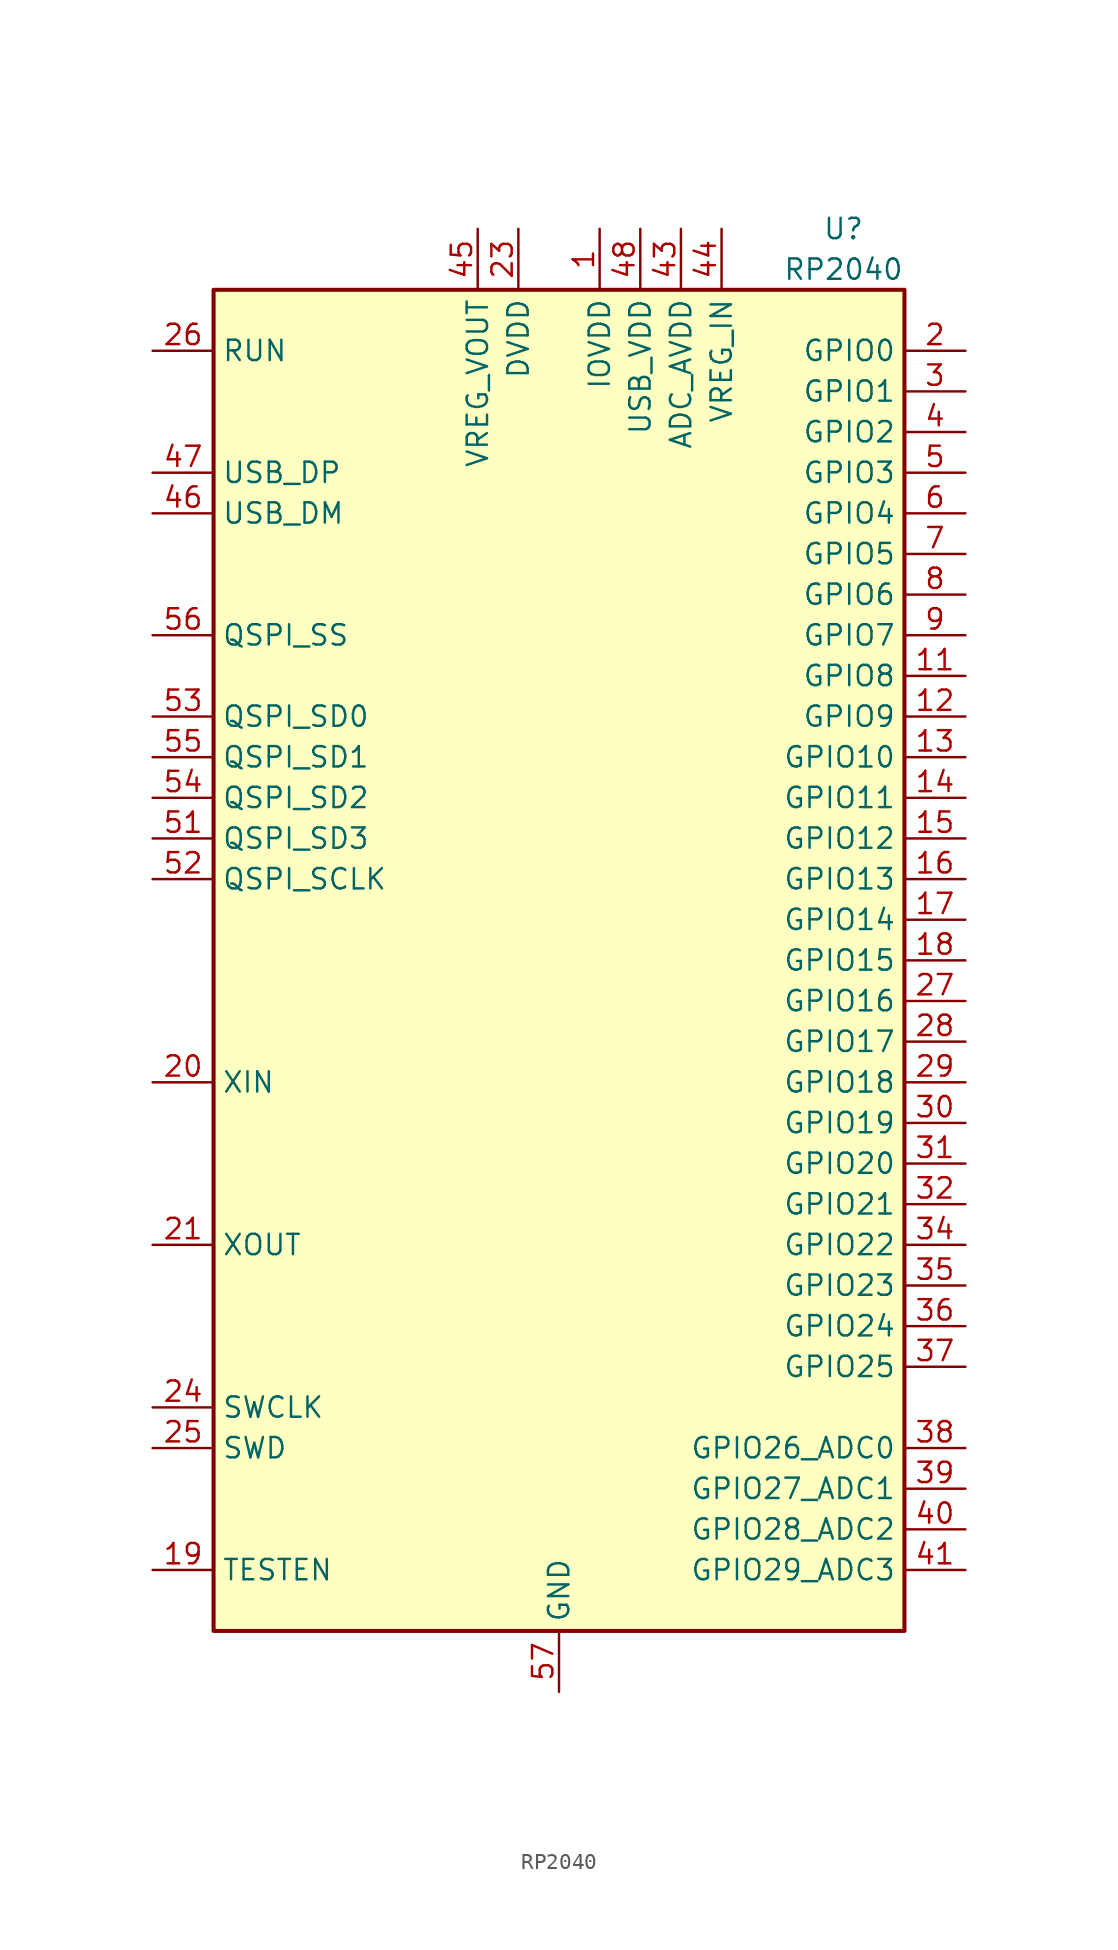
<source format=kicad_sym>
(kicad_symbol_lib
  (version 20211014)
  (generator kicad_symbol_editor)
  (symbol "RP2040"
    (property "Reference" "U"
      (at 17.78 45.72 0)
      (effects (font (size 1.27 1.27))))
    (property "Value" "RP2040"
      (at 17.78 43.18 0)
      (effects (font (size 1.27 1.27))))
    (symbol "RP2040_0_1"
      (rectangle (start -21.59 41.91) (end 21.59 -41.91) (stroke (width 0.254) (type default) (color 0 0 0 0)) (fill (type background))))
    (symbol "RP2040_1_1"
      (pin power_in line (at 2.54 45.72 270) (length 3.81) (name "IOVDD" (effects (font (size 1.27 1.27)))) (number "1" (effects (font (size 1.27 1.27)))))
      (pin passive line (at 2.54 45.72 270) (length 3.81) hide (name "IOVDD" (effects (font (size 1.27 1.27)))) (number "10" (effects (font (size 1.27 1.27)))))
      (pin bidirectional line (at 25.4 17.78 180) (length 3.81) (name "GPIO8" (effects (font (size 1.27 1.27)))) (number "11" (effects (font (size 1.27 1.27)))))
      (pin bidirectional line (at 25.4 15.24 180) (length 3.81) (name "GPIO9" (effects (font (size 1.27 1.27)))) (number "12" (effects (font (size 1.27 1.27)))))
      (pin bidirectional line (at 25.4 12.7 180) (length 3.81) (name "GPIO10" (effects (font (size 1.27 1.27)))) (number "13" (effects (font (size 1.27 1.27)))))
      (pin bidirectional line (at 25.4 10.16 180) (length 3.81) (name "GPIO11" (effects (font (size 1.27 1.27)))) (number "14" (effects (font (size 1.27 1.27)))))
      (pin bidirectional line (at 25.4 7.62 180) (length 3.81) (name "GPIO12" (effects (font (size 1.27 1.27)))) (number "15" (effects (font (size 1.27 1.27)))))
      (pin bidirectional line (at 25.4 5.08 180) (length 3.81) (name "GPIO13" (effects (font (size 1.27 1.27)))) (number "16" (effects (font (size 1.27 1.27)))))
      (pin bidirectional line (at 25.4 2.54 180) (length 3.81) (name "GPIO14" (effects (font (size 1.27 1.27)))) (number "17" (effects (font (size 1.27 1.27)))))
      (pin bidirectional line (at 25.4 0 180) (length 3.81) (name "GPIO15" (effects (font (size 1.27 1.27)))) (number "18" (effects (font (size 1.27 1.27)))))
      (pin input line (at -25.4 -38.1 0) (length 3.81) (name "TESTEN" (effects (font (size 1.27 1.27)))) (number "19" (effects (font (size 1.27 1.27)))))
      (pin bidirectional line (at 25.4 38.1 180) (length 3.81) (name "GPIO0" (effects (font (size 1.27 1.27)))) (number "2" (effects (font (size 1.27 1.27)))))
      (pin input line (at -25.4 -7.62 0) (length 3.81) (name "XIN" (effects (font (size 1.27 1.27)))) (number "20" (effects (font (size 1.27 1.27)))))
      (pin passive line (at -25.4 -17.78 0) (length 3.81) (name "XOUT" (effects (font (size 1.27 1.27)))) (number "21" (effects (font (size 1.27 1.27)))))
      (pin passive line (at 2.54 45.72 270) (length 3.81) hide (name "IOVDD" (effects (font (size 1.27 1.27)))) (number "22" (effects (font (size 1.27 1.27)))))
      (pin power_in line (at -2.54 45.72 270) (length 3.81) (name "DVDD" (effects (font (size 1.27 1.27)))) (number "23" (effects (font (size 1.27 1.27)))))
      (pin output line (at -25.4 -27.94 0) (length 3.81) (name "SWCLK" (effects (font (size 1.27 1.27)))) (number "24" (effects (font (size 1.27 1.27)))))
      (pin bidirectional line (at -25.4 -30.48 0) (length 3.81) (name "SWD" (effects (font (size 1.27 1.27)))) (number "25" (effects (font (size 1.27 1.27)))))
      (pin input line (at -25.4 38.1 0) (length 3.81) (name "RUN" (effects (font (size 1.27 1.27)))) (number "26" (effects (font (size 1.27 1.27)))))
      (pin bidirectional line (at 25.4 -2.54 180) (length 3.81) (name "GPIO16" (effects (font (size 1.27 1.27)))) (number "27" (effects (font (size 1.27 1.27)))))
      (pin bidirectional line (at 25.4 -5.08 180) (length 3.81) (name "GPIO17" (effects (font (size 1.27 1.27)))) (number "28" (effects (font (size 1.27 1.27)))))
      (pin bidirectional line (at 25.4 -7.62 180) (length 3.81) (name "GPIO18" (effects (font (size 1.27 1.27)))) (number "29" (effects (font (size 1.27 1.27)))))
      (pin bidirectional line (at 25.4 35.56 180) (length 3.81) (name "GPIO1" (effects (font (size 1.27 1.27)))) (number "3" (effects (font (size 1.27 1.27)))))
      (pin bidirectional line (at 25.4 -10.16 180) (length 3.81) (name "GPIO19" (effects (font (size 1.27 1.27)))) (number "30" (effects (font (size 1.27 1.27)))))
      (pin bidirectional line (at 25.4 -12.7 180) (length 3.81) (name "GPIO20" (effects (font (size 1.27 1.27)))) (number "31" (effects (font (size 1.27 1.27)))))
      (pin bidirectional line (at 25.4 -15.24 180) (length 3.81) (name "GPIO21" (effects (font (size 1.27 1.27)))) (number "32" (effects (font (size 1.27 1.27)))))
      (pin passive line (at 2.54 45.72 270) (length 3.81) hide (name "IOVDD" (effects (font (size 1.27 1.27)))) (number "33" (effects (font (size 1.27 1.27)))))
      (pin bidirectional line (at 25.4 -17.78 180) (length 3.81) (name "GPIO22" (effects (font (size 1.27 1.27)))) (number "34" (effects (font (size 1.27 1.27)))))
      (pin bidirectional line (at 25.4 -20.32 180) (length 3.81) (name "GPIO23" (effects (font (size 1.27 1.27)))) (number "35" (effects (font (size 1.27 1.27)))))
      (pin bidirectional line (at 25.4 -22.86 180) (length 3.81) (name "GPIO24" (effects (font (size 1.27 1.27)))) (number "36" (effects (font (size 1.27 1.27)))))
      (pin bidirectional line (at 25.4 -25.4 180) (length 3.81) (name "GPIO25" (effects (font (size 1.27 1.27)))) (number "37" (effects (font (size 1.27 1.27)))))
      (pin bidirectional line (at 25.4 -30.48 180) (length 3.81) (name "GPIO26_ADC0" (effects (font (size 1.27 1.27)))) (number "38" (effects (font (size 1.27 1.27)))))
      (pin bidirectional line (at 25.4 -33.02 180) (length 3.81) (name "GPIO27_ADC1" (effects (font (size 1.27 1.27)))) (number "39" (effects (font (size 1.27 1.27)))))
      (pin bidirectional line (at 25.4 33.02 180) (length 3.81) (name "GPIO2" (effects (font (size 1.27 1.27)))) (number "4" (effects (font (size 1.27 1.27)))))
      (pin bidirectional line (at 25.4 -35.56 180) (length 3.81) (name "GPIO28_ADC2" (effects (font (size 1.27 1.27)))) (number "40" (effects (font (size 1.27 1.27)))))
      (pin bidirectional line (at 25.4 -38.1 180) (length 3.81) (name "GPIO29_ADC3" (effects (font (size 1.27 1.27)))) (number "41" (effects (font (size 1.27 1.27)))))
      (pin passive line (at 2.54 45.72 270) (length 3.81) hide (name "IOVDD" (effects (font (size 1.27 1.27)))) (number "42" (effects (font (size 1.27 1.27)))))
      (pin power_in line (at 7.62 45.72 270) (length 3.81) (name "ADC_AVDD" (effects (font (size 1.27 1.27)))) (number "43" (effects (font (size 1.27 1.27)))))
      (pin power_in line (at 10.16 45.72 270) (length 3.81) (name "VREG_IN" (effects (font (size 1.27 1.27)))) (number "44" (effects (font (size 1.27 1.27)))))
      (pin power_out line (at -5.08 45.72 270) (length 3.81) (name "VREG_VOUT" (effects (font (size 1.27 1.27)))) (number "45" (effects (font (size 1.27 1.27)))))
      (pin bidirectional line (at -25.4 27.94 0) (length 3.81) (name "USB_DM" (effects (font (size 1.27 1.27)))) (number "46" (effects (font (size 1.27 1.27)))))
      (pin bidirectional line (at -25.4 30.48 0) (length 3.81) (name "USB_DP" (effects (font (size 1.27 1.27)))) (number "47" (effects (font (size 1.27 1.27)))))
      (pin power_in line (at 5.08 45.72 270) (length 3.81) (name "USB_VDD" (effects (font (size 1.27 1.27)))) (number "48" (effects (font (size 1.27 1.27)))))
      (pin passive line (at 2.54 45.72 270) (length 3.81) hide (name "IOVDD" (effects (font (size 1.27 1.27)))) (number "49" (effects (font (size 1.27 1.27)))))
      (pin bidirectional line (at 25.4 30.48 180) (length 3.81) (name "GPIO3" (effects (font (size 1.27 1.27)))) (number "5" (effects (font (size 1.27 1.27)))))
      (pin passive line (at -2.54 45.72 270) (length 3.81) hide (name "DVDD" (effects (font (size 1.27 1.27)))) (number "50" (effects (font (size 1.27 1.27)))))
      (pin bidirectional line (at -25.4 7.62 0) (length 3.81) (name "QSPI_SD3" (effects (font (size 1.27 1.27)))) (number "51" (effects (font (size 1.27 1.27)))))
      (pin output line (at -25.4 5.08 0) (length 3.81) (name "QSPI_SCLK" (effects (font (size 1.27 1.27)))) (number "52" (effects (font (size 1.27 1.27)))))
      (pin bidirectional line (at -25.4 15.24 0) (length 3.81) (name "QSPI_SD0" (effects (font (size 1.27 1.27)))) (number "53" (effects (font (size 1.27 1.27)))))
      (pin bidirectional line (at -25.4 10.16 0) (length 3.81) (name "QSPI_SD2" (effects (font (size 1.27 1.27)))) (number "54" (effects (font (size 1.27 1.27)))))
      (pin bidirectional line (at -25.4 12.7 0) (length 3.81) (name "QSPI_SD1" (effects (font (size 1.27 1.27)))) (number "55" (effects (font (size 1.27 1.27)))))
      (pin bidirectional line (at -25.4 20.32 0) (length 3.81) (name "QSPI_SS" (effects (font (size 1.27 1.27)))) (number "56" (effects (font (size 1.27 1.27)))))
      (pin power_in line (at 0 -45.72 90) (length 3.81) (name "GND" (effects (font (size 1.27 1.27)))) (number "57" (effects (font (size 1.27 1.27)))))
      (pin bidirectional line (at 25.4 27.94 180) (length 3.81) (name "GPIO4" (effects (font (size 1.27 1.27)))) (number "6" (effects (font (size 1.27 1.27)))))
      (pin bidirectional line (at 25.4 25.4 180) (length 3.81) (name "GPIO5" (effects (font (size 1.27 1.27)))) (number "7" (effects (font (size 1.27 1.27)))))
      (pin bidirectional line (at 25.4 22.86 180) (length 3.81) (name "GPIO6" (effects (font (size 1.27 1.27)))) (number "8" (effects (font (size 1.27 1.27)))))
      (pin bidirectional line (at 25.4 20.32 180) (length 3.81) (name "GPIO7" (effects (font (size 1.27 1.27)))) (number "9" (effects (font (size 1.27 1.27))))))))
</source>
